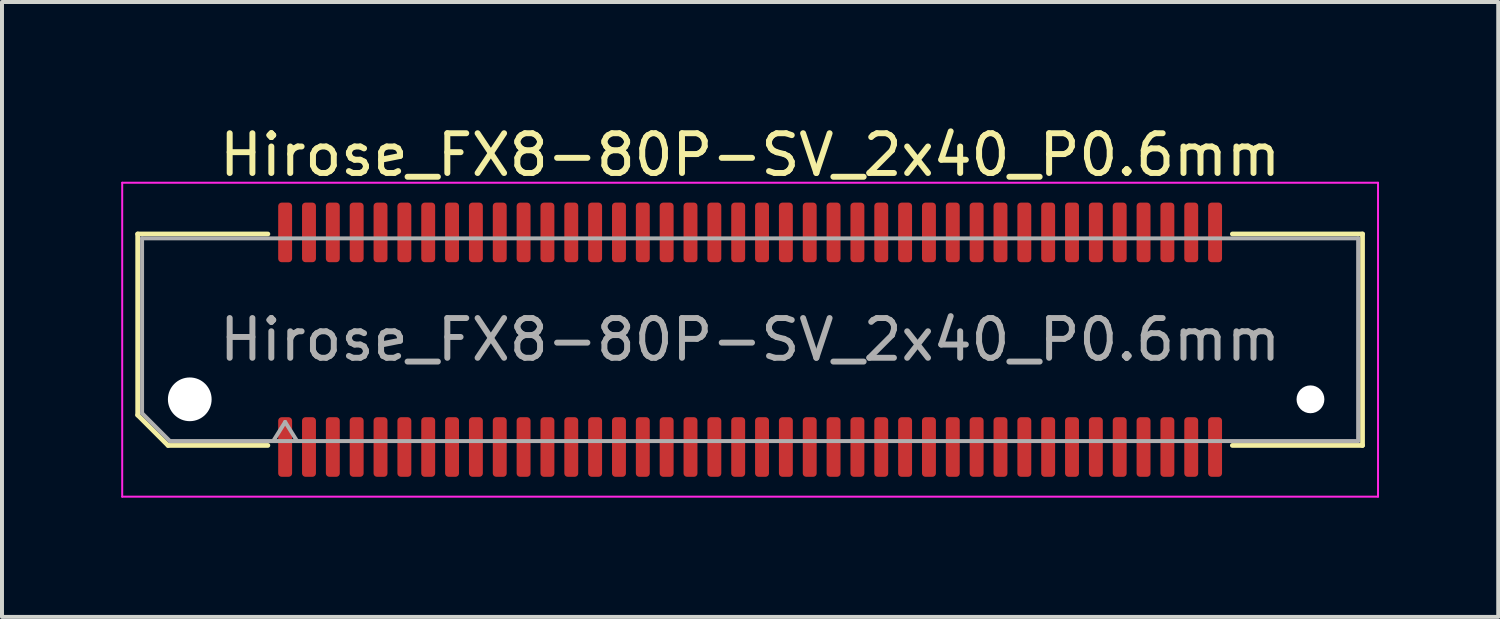
<source format=kicad_pcb>
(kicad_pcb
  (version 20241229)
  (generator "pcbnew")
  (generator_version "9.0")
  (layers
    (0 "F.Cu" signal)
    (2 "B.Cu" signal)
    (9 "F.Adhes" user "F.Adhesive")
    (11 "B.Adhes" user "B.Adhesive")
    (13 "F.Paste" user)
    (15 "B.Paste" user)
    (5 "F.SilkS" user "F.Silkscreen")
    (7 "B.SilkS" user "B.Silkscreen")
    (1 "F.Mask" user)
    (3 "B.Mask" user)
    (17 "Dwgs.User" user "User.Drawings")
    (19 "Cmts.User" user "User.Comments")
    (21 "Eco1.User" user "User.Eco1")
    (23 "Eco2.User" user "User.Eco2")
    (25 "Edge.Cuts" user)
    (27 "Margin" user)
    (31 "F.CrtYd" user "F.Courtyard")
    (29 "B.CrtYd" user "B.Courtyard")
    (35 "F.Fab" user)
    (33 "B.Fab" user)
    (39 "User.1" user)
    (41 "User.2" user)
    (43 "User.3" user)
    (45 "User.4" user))
  (footprint "Hirose_FX8-80P-SV_2x40_P0.6mm"
    (layer "F.Cu")
    (at 15.825 5.498)
    (property "Reference" "Hirose_FX8-80P-SV_2x40_P0.6mm" (at 0 -4.65 0) (layer "F.SilkS") (effects (font (size 1 1) (thickness 0.15))))
    (attr smd)
    (fp_line (start -15.41 -2.66) (end -12.135 -2.66) (stroke (width 0.12) (type solid)) (layer "F.SilkS"))
    (fp_line (start -15.41 1.896) (end -15.41 -2.66) (stroke (width 0.12) (type solid)) (layer "F.SilkS"))
    (fp_line (start -14.646 2.66) (end -15.41 1.896) (stroke (width 0.12) (type solid)) (layer "F.SilkS"))
    (fp_line (start -12.135 2.66) (end -14.646 2.66) (stroke (width 0.12) (type solid)) (layer "F.SilkS"))
    (fp_line (start 12.135 -2.66) (end 15.41 -2.66) (stroke (width 0.12) (type solid)) (layer "F.SilkS"))
    (fp_line (start 15.41 -2.66) (end 15.41 2.66) (stroke (width 0.12) (type solid)) (layer "F.SilkS"))
    (fp_line (start 15.41 2.66) (end 12.135 2.66) (stroke (width 0.12) (type solid)) (layer "F.SilkS"))
    (fp_line (start -15.8 -3.95) (end -15.8 3.95) (stroke (width 0.05) (type solid)) (layer "F.CrtYd"))
    (fp_line (start -15.8 3.95) (end 15.8 3.95) (stroke (width 0.05) (type solid)) (layer "F.CrtYd"))
    (fp_line (start 15.8 -3.95) (end -15.8 -3.95) (stroke (width 0.05) (type solid)) (layer "F.CrtYd"))
    (fp_line (start 15.8 3.95) (end 15.8 -3.95) (stroke (width 0.05) (type solid)) (layer "F.CrtYd"))
    (fp_line (start -15.3 -2.55) (end 15.3 -2.55) (stroke (width 0.1) (type solid)) (layer "F.Fab"))
    (fp_line (start -15.3 1.85) (end -15.3 -2.55) (stroke (width 0.1) (type solid)) (layer "F.Fab"))
    (fp_line (start -14.6 2.55) (end -15.3 1.85) (stroke (width 0.1) (type solid)) (layer "F.Fab"))
    (fp_line (start -12 2.55) (end -11.7 2.07) (stroke (width 0.1) (type solid)) (layer "F.Fab"))
    (fp_line (start -11.7 2.07) (end -11.4 2.55) (stroke (width 0.1) (type solid)) (layer "F.Fab"))
    (fp_line (start 15.3 -2.55) (end 15.3 2.55) (stroke (width 0.1) (type solid)) (layer "F.Fab"))
    (fp_line (start 15.3 2.55) (end -14.6 2.55) (stroke (width 0.1) (type solid)) (layer "F.Fab"))
    (fp_text user "${REFERENCE}" (at 0 0 0) (layer "F.Fab") (effects (font (size 1 1) (thickness 0.15))))
    (pad "" np_thru_hole circle (at -14.1 1.5) (size 1.1 1.1) (drill 1.1) (layers "*.Cu" "*.Mask"))
    (pad "" np_thru_hole circle (at 14.1 1.5) (size 0.7 0.7) (drill 0.7) (layers "*.Cu" "*.Mask"))
    (pad "1" smd roundrect (at -11.7 2.7) (size 0.35 1.5) (layers "F.Cu" "F.Mask" "F.Paste") (roundrect_rratio 0.25))
    (pad "2" smd roundrect (at -11.7 -2.7) (size 0.35 1.5) (layers "F.Cu" "F.Mask" "F.Paste") (roundrect_rratio 0.25))
    (pad "3" smd roundrect (at -11.1 2.7) (size 0.35 1.5) (layers "F.Cu" "F.Mask" "F.Paste") (roundrect_rratio 0.25))
    (pad "4" smd roundrect (at -11.1 -2.7) (size 0.35 1.5) (layers "F.Cu" "F.Mask" "F.Paste") (roundrect_rratio 0.25))
    (pad "5" smd roundrect (at -10.5 2.7) (size 0.35 1.5) (layers "F.Cu" "F.Mask" "F.Paste") (roundrect_rratio 0.25))
    (pad "6" smd roundrect (at -10.5 -2.7) (size 0.35 1.5) (layers "F.Cu" "F.Mask" "F.Paste") (roundrect_rratio 0.25))
    (pad "7" smd roundrect (at -9.9 2.7) (size 0.35 1.5) (layers "F.Cu" "F.Mask" "F.Paste") (roundrect_rratio 0.25))
    (pad "8" smd roundrect (at -9.9 -2.7) (size 0.35 1.5) (layers "F.Cu" "F.Mask" "F.Paste") (roundrect_rratio 0.25))
    (pad "9" smd roundrect (at -9.3 2.7) (size 0.35 1.5) (layers "F.Cu" "F.Mask" "F.Paste") (roundrect_rratio 0.25))
    (pad "10" smd roundrect (at -9.3 -2.7) (size 0.35 1.5) (layers "F.Cu" "F.Mask" "F.Paste") (roundrect_rratio 0.25))
    (pad "11" smd roundrect (at -8.7 2.7) (size 0.35 1.5) (layers "F.Cu" "F.Mask" "F.Paste") (roundrect_rratio 0.25))
    (pad "12" smd roundrect (at -8.7 -2.7) (size 0.35 1.5) (layers "F.Cu" "F.Mask" "F.Paste") (roundrect_rratio 0.25))
    (pad "13" smd roundrect (at -8.1 2.7) (size 0.35 1.5) (layers "F.Cu" "F.Mask" "F.Paste") (roundrect_rratio 0.25))
    (pad "14" smd roundrect (at -8.1 -2.7) (size 0.35 1.5) (layers "F.Cu" "F.Mask" "F.Paste") (roundrect_rratio 0.25))
    (pad "15" smd roundrect (at -7.5 2.7) (size 0.35 1.5) (layers "F.Cu" "F.Mask" "F.Paste") (roundrect_rratio 0.25))
    (pad "16" smd roundrect (at -7.5 -2.7) (size 0.35 1.5) (layers "F.Cu" "F.Mask" "F.Paste") (roundrect_rratio 0.25))
    (pad "17" smd roundrect (at -6.9 2.7) (size 0.35 1.5) (layers "F.Cu" "F.Mask" "F.Paste") (roundrect_rratio 0.25))
    (pad "18" smd roundrect (at -6.9 -2.7) (size 0.35 1.5) (layers "F.Cu" "F.Mask" "F.Paste") (roundrect_rratio 0.25))
    (pad "19" smd roundrect (at -6.3 2.7) (size 0.35 1.5) (layers "F.Cu" "F.Mask" "F.Paste") (roundrect_rratio 0.25))
    (pad "20" smd roundrect (at -6.3 -2.7) (size 0.35 1.5) (layers "F.Cu" "F.Mask" "F.Paste") (roundrect_rratio 0.25))
    (pad "21" smd roundrect (at -5.7 2.7) (size 0.35 1.5) (layers "F.Cu" "F.Mask" "F.Paste") (roundrect_rratio 0.25))
    (pad "22" smd roundrect (at -5.7 -2.7) (size 0.35 1.5) (layers "F.Cu" "F.Mask" "F.Paste") (roundrect_rratio 0.25))
    (pad "23" smd roundrect (at -5.1 2.7) (size 0.35 1.5) (layers "F.Cu" "F.Mask" "F.Paste") (roundrect_rratio 0.25))
    (pad "24" smd roundrect (at -5.1 -2.7) (size 0.35 1.5) (layers "F.Cu" "F.Mask" "F.Paste") (roundrect_rratio 0.25))
    (pad "25" smd roundrect (at -4.5 2.7) (size 0.35 1.5) (layers "F.Cu" "F.Mask" "F.Paste") (roundrect_rratio 0.25))
    (pad "26" smd roundrect (at -4.5 -2.7) (size 0.35 1.5) (layers "F.Cu" "F.Mask" "F.Paste") (roundrect_rratio 0.25))
    (pad "27" smd roundrect (at -3.9 2.7) (size 0.35 1.5) (layers "F.Cu" "F.Mask" "F.Paste") (roundrect_rratio 0.25))
    (pad "28" smd roundrect (at -3.9 -2.7) (size 0.35 1.5) (layers "F.Cu" "F.Mask" "F.Paste") (roundrect_rratio 0.25))
    (pad "29" smd roundrect (at -3.3 2.7) (size 0.35 1.5) (layers "F.Cu" "F.Mask" "F.Paste") (roundrect_rratio 0.25))
    (pad "30" smd roundrect (at -3.3 -2.7) (size 0.35 1.5) (layers "F.Cu" "F.Mask" "F.Paste") (roundrect_rratio 0.25))
    (pad "31" smd roundrect (at -2.7 2.7) (size 0.35 1.5) (layers "F.Cu" "F.Mask" "F.Paste") (roundrect_rratio 0.25))
    (pad "32" smd roundrect (at -2.7 -2.7) (size 0.35 1.5) (layers "F.Cu" "F.Mask" "F.Paste") (roundrect_rratio 0.25))
    (pad "33" smd roundrect (at -2.1 2.7) (size 0.35 1.5) (layers "F.Cu" "F.Mask" "F.Paste") (roundrect_rratio 0.25))
    (pad "34" smd roundrect (at -2.1 -2.7) (size 0.35 1.5) (layers "F.Cu" "F.Mask" "F.Paste") (roundrect_rratio 0.25))
    (pad "35" smd roundrect (at -1.5 2.7) (size 0.35 1.5) (layers "F.Cu" "F.Mask" "F.Paste") (roundrect_rratio 0.25))
    (pad "36" smd roundrect (at -1.5 -2.7) (size 0.35 1.5) (layers "F.Cu" "F.Mask" "F.Paste") (roundrect_rratio 0.25))
    (pad "37" smd roundrect (at -0.9 2.7) (size 0.35 1.5) (layers "F.Cu" "F.Mask" "F.Paste") (roundrect_rratio 0.25))
    (pad "38" smd roundrect (at -0.9 -2.7) (size 0.35 1.5) (layers "F.Cu" "F.Mask" "F.Paste") (roundrect_rratio 0.25))
    (pad "39" smd roundrect (at -0.3 2.7) (size 0.35 1.5) (layers "F.Cu" "F.Mask" "F.Paste") (roundrect_rratio 0.25))
    (pad "40" smd roundrect (at -0.3 -2.7) (size 0.35 1.5) (layers "F.Cu" "F.Mask" "F.Paste") (roundrect_rratio 0.25))
    (pad "41" smd roundrect (at 0.3 2.7) (size 0.35 1.5) (layers "F.Cu" "F.Mask" "F.Paste") (roundrect_rratio 0.25))
    (pad "42" smd roundrect (at 0.3 -2.7) (size 0.35 1.5) (layers "F.Cu" "F.Mask" "F.Paste") (roundrect_rratio 0.25))
    (pad "43" smd roundrect (at 0.9 2.7) (size 0.35 1.5) (layers "F.Cu" "F.Mask" "F.Paste") (roundrect_rratio 0.25))
    (pad "44" smd roundrect (at 0.9 -2.7) (size 0.35 1.5) (layers "F.Cu" "F.Mask" "F.Paste") (roundrect_rratio 0.25))
    (pad "45" smd roundrect (at 1.5 2.7) (size 0.35 1.5) (layers "F.Cu" "F.Mask" "F.Paste") (roundrect_rratio 0.25))
    (pad "46" smd roundrect (at 1.5 -2.7) (size 0.35 1.5) (layers "F.Cu" "F.Mask" "F.Paste") (roundrect_rratio 0.25))
    (pad "47" smd roundrect (at 2.1 2.7) (size 0.35 1.5) (layers "F.Cu" "F.Mask" "F.Paste") (roundrect_rratio 0.25))
    (pad "48" smd roundrect (at 2.1 -2.7) (size 0.35 1.5) (layers "F.Cu" "F.Mask" "F.Paste") (roundrect_rratio 0.25))
    (pad "49" smd roundrect (at 2.7 2.7) (size 0.35 1.5) (layers "F.Cu" "F.Mask" "F.Paste") (roundrect_rratio 0.25))
    (pad "50" smd roundrect (at 2.7 -2.7) (size 0.35 1.5) (layers "F.Cu" "F.Mask" "F.Paste") (roundrect_rratio 0.25))
    (pad "51" smd roundrect (at 3.3 2.7) (size 0.35 1.5) (layers "F.Cu" "F.Mask" "F.Paste") (roundrect_rratio 0.25))
    (pad "52" smd roundrect (at 3.3 -2.7) (size 0.35 1.5) (layers "F.Cu" "F.Mask" "F.Paste") (roundrect_rratio 0.25))
    (pad "53" smd roundrect (at 3.9 2.7) (size 0.35 1.5) (layers "F.Cu" "F.Mask" "F.Paste") (roundrect_rratio 0.25))
    (pad "54" smd roundrect (at 3.9 -2.7) (size 0.35 1.5) (layers "F.Cu" "F.Mask" "F.Paste") (roundrect_rratio 0.25))
    (pad "55" smd roundrect (at 4.5 2.7) (size 0.35 1.5) (layers "F.Cu" "F.Mask" "F.Paste") (roundrect_rratio 0.25))
    (pad "56" smd roundrect (at 4.5 -2.7) (size 0.35 1.5) (layers "F.Cu" "F.Mask" "F.Paste") (roundrect_rratio 0.25))
    (pad "57" smd roundrect (at 5.1 2.7) (size 0.35 1.5) (layers "F.Cu" "F.Mask" "F.Paste") (roundrect_rratio 0.25))
    (pad "58" smd roundrect (at 5.1 -2.7) (size 0.35 1.5) (layers "F.Cu" "F.Mask" "F.Paste") (roundrect_rratio 0.25))
    (pad "59" smd roundrect (at 5.7 2.7) (size 0.35 1.5) (layers "F.Cu" "F.Mask" "F.Paste") (roundrect_rratio 0.25))
    (pad "60" smd roundrect (at 5.7 -2.7) (size 0.35 1.5) (layers "F.Cu" "F.Mask" "F.Paste") (roundrect_rratio 0.25))
    (pad "61" smd roundrect (at 6.3 2.7) (size 0.35 1.5) (layers "F.Cu" "F.Mask" "F.Paste") (roundrect_rratio 0.25))
    (pad "62" smd roundrect (at 6.3 -2.7) (size 0.35 1.5) (layers "F.Cu" "F.Mask" "F.Paste") (roundrect_rratio 0.25))
    (pad "63" smd roundrect (at 6.9 2.7) (size 0.35 1.5) (layers "F.Cu" "F.Mask" "F.Paste") (roundrect_rratio 0.25))
    (pad "64" smd roundrect (at 6.9 -2.7) (size 0.35 1.5) (layers "F.Cu" "F.Mask" "F.Paste") (roundrect_rratio 0.25))
    (pad "65" smd roundrect (at 7.5 2.7) (size 0.35 1.5) (layers "F.Cu" "F.Mask" "F.Paste") (roundrect_rratio 0.25))
    (pad "66" smd roundrect (at 7.5 -2.7) (size 0.35 1.5) (layers "F.Cu" "F.Mask" "F.Paste") (roundrect_rratio 0.25))
    (pad "67" smd roundrect (at 8.1 2.7) (size 0.35 1.5) (layers "F.Cu" "F.Mask" "F.Paste") (roundrect_rratio 0.25))
    (pad "68" smd roundrect (at 8.1 -2.7) (size 0.35 1.5) (layers "F.Cu" "F.Mask" "F.Paste") (roundrect_rratio 0.25))
    (pad "69" smd roundrect (at 8.7 2.7) (size 0.35 1.5) (layers "F.Cu" "F.Mask" "F.Paste") (roundrect_rratio 0.25))
    (pad "70" smd roundrect (at 8.7 -2.7) (size 0.35 1.5) (layers "F.Cu" "F.Mask" "F.Paste") (roundrect_rratio 0.25))
    (pad "71" smd roundrect (at 9.3 2.7) (size 0.35 1.5) (layers "F.Cu" "F.Mask" "F.Paste") (roundrect_rratio 0.25))
    (pad "72" smd roundrect (at 9.3 -2.7) (size 0.35 1.5) (layers "F.Cu" "F.Mask" "F.Paste") (roundrect_rratio 0.25))
    (pad "73" smd roundrect (at 9.9 2.7) (size 0.35 1.5) (layers "F.Cu" "F.Mask" "F.Paste") (roundrect_rratio 0.25))
    (pad "74" smd roundrect (at 9.9 -2.7) (size 0.35 1.5) (layers "F.Cu" "F.Mask" "F.Paste") (roundrect_rratio 0.25))
    (pad "75" smd roundrect (at 10.5 2.7) (size 0.35 1.5) (layers "F.Cu" "F.Mask" "F.Paste") (roundrect_rratio 0.25))
    (pad "76" smd roundrect (at 10.5 -2.7) (size 0.35 1.5) (layers "F.Cu" "F.Mask" "F.Paste") (roundrect_rratio 0.25))
    (pad "77" smd roundrect (at 11.1 2.7) (size 0.35 1.5) (layers "F.Cu" "F.Mask" "F.Paste") (roundrect_rratio 0.25))
    (pad "78" smd roundrect (at 11.1 -2.7) (size 0.35 1.5) (layers "F.Cu" "F.Mask" "F.Paste") (roundrect_rratio 0.25))
    (pad "79" smd roundrect (at 11.7 2.7) (size 0.35 1.5) (layers "F.Cu" "F.Mask" "F.Paste") (roundrect_rratio 0.25))
    (pad "80" smd roundrect (at 11.7 -2.7) (size 0.35 1.5) (layers "F.Cu" "F.Mask" "F.Paste") (roundrect_rratio 0.25)))
  (gr_rect
    (start -3 -3)
    (end 34.65 12.473)
    (stroke (width 0.1) (type default))
    (fill no)
    (layer "Edge.Cuts")))
</source>
